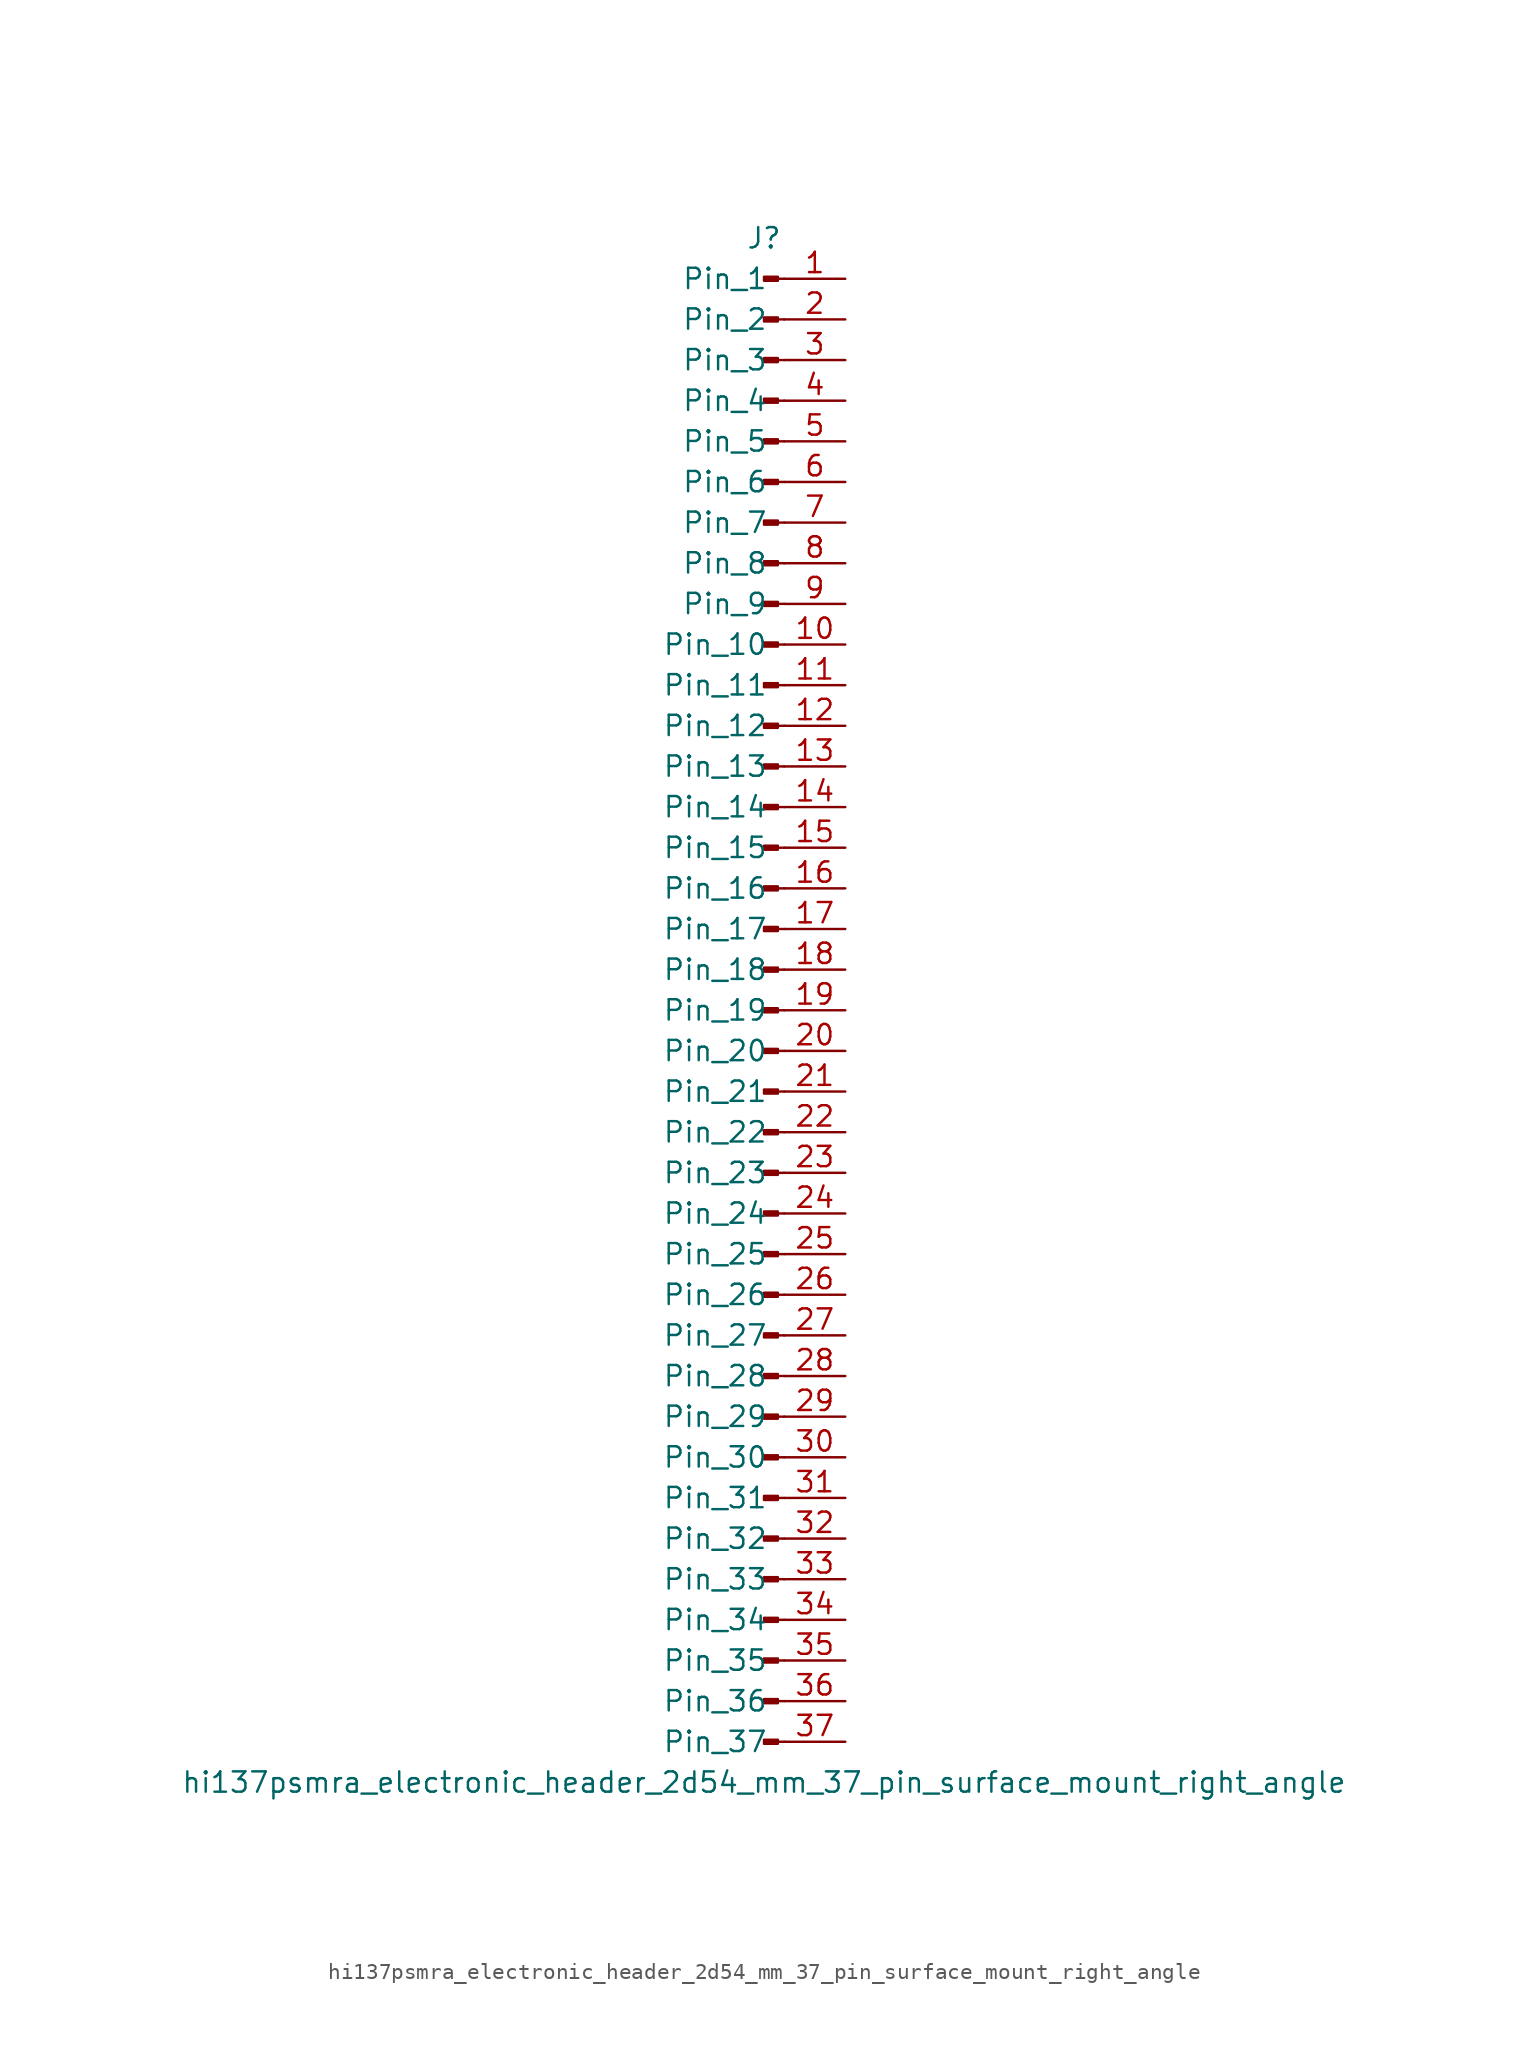
<source format=kicad_sym>
(kicad_symbol_lib
  (version 20220914)
  (generator kicad_symbol_editor)
  (symbol "hi137psmra_electronic_header_2d54_mm_37_pin_surface_mount_right_angle"
    (pin_names
      (offset 1.016))
    (property "Reference" "J"
      (at 0 48.26 0)
      (effects (font (size 1.27 1.27))))
    (property "Value" "hi137psmra_electronic_header_2d54_mm_37_pin_surface_mount_right_angle"
      (at 0 -48.26 0)
      (effects (font (size 1.27 1.27))))
    (property "ki_locked" ""
      (at 0 0 0)
      (effects (font (size 1.27 1.27))))
    (symbol "hi137psmra_electronic_header_2d54_mm_37_pin_surface_mount_right_angle_1_1"
      (polyline (pts (xy 1.27 -45.72) (xy 0.864 -45.72)) (stroke (width 0.152) (type default)) (fill (type none)))
      (polyline (pts (xy 1.27 -43.18) (xy 0.864 -43.18)) (stroke (width 0.152) (type default)) (fill (type none)))
      (polyline (pts (xy 1.27 -40.64) (xy 0.864 -40.64)) (stroke (width 0.152) (type default)) (fill (type none)))
      (polyline (pts (xy 1.27 -38.1) (xy 0.864 -38.1)) (stroke (width 0.152) (type default)) (fill (type none)))
      (polyline (pts (xy 1.27 -35.56) (xy 0.864 -35.56)) (stroke (width 0.152) (type default)) (fill (type none)))
      (polyline (pts (xy 1.27 -33.02) (xy 0.864 -33.02)) (stroke (width 0.152) (type default)) (fill (type none)))
      (polyline (pts (xy 1.27 -30.48) (xy 0.864 -30.48)) (stroke (width 0.152) (type default)) (fill (type none)))
      (polyline (pts (xy 1.27 -27.94) (xy 0.864 -27.94)) (stroke (width 0.152) (type default)) (fill (type none)))
      (polyline (pts (xy 1.27 -25.4) (xy 0.864 -25.4)) (stroke (width 0.152) (type default)) (fill (type none)))
      (polyline (pts (xy 1.27 -22.86) (xy 0.864 -22.86)) (stroke (width 0.152) (type default)) (fill (type none)))
      (polyline (pts (xy 1.27 -20.32) (xy 0.864 -20.32)) (stroke (width 0.152) (type default)) (fill (type none)))
      (polyline (pts (xy 1.27 -17.78) (xy 0.864 -17.78)) (stroke (width 0.152) (type default)) (fill (type none)))
      (polyline (pts (xy 1.27 -15.24) (xy 0.864 -15.24)) (stroke (width 0.152) (type default)) (fill (type none)))
      (polyline (pts (xy 1.27 -12.7) (xy 0.864 -12.7)) (stroke (width 0.152) (type default)) (fill (type none)))
      (polyline (pts (xy 1.27 -10.16) (xy 0.864 -10.16)) (stroke (width 0.152) (type default)) (fill (type none)))
      (polyline (pts (xy 1.27 -7.62) (xy 0.864 -7.62)) (stroke (width 0.152) (type default)) (fill (type none)))
      (polyline (pts (xy 1.27 -5.08) (xy 0.864 -5.08)) (stroke (width 0.152) (type default)) (fill (type none)))
      (polyline (pts (xy 1.27 -2.54) (xy 0.864 -2.54)) (stroke (width 0.152) (type default)) (fill (type none)))
      (polyline (pts (xy 1.27 0) (xy 0.864 0)) (stroke (width 0.152) (type default)) (fill (type none)))
      (polyline (pts (xy 1.27 2.54) (xy 0.864 2.54)) (stroke (width 0.152) (type default)) (fill (type none)))
      (polyline (pts (xy 1.27 5.08) (xy 0.864 5.08)) (stroke (width 0.152) (type default)) (fill (type none)))
      (polyline (pts (xy 1.27 7.62) (xy 0.864 7.62)) (stroke (width 0.152) (type default)) (fill (type none)))
      (polyline (pts (xy 1.27 10.16) (xy 0.864 10.16)) (stroke (width 0.152) (type default)) (fill (type none)))
      (polyline (pts (xy 1.27 12.7) (xy 0.864 12.7)) (stroke (width 0.152) (type default)) (fill (type none)))
      (polyline (pts (xy 1.27 15.24) (xy 0.864 15.24)) (stroke (width 0.152) (type default)) (fill (type none)))
      (polyline (pts (xy 1.27 17.78) (xy 0.864 17.78)) (stroke (width 0.152) (type default)) (fill (type none)))
      (polyline (pts (xy 1.27 20.32) (xy 0.864 20.32)) (stroke (width 0.152) (type default)) (fill (type none)))
      (polyline (pts (xy 1.27 22.86) (xy 0.864 22.86)) (stroke (width 0.152) (type default)) (fill (type none)))
      (polyline (pts (xy 1.27 25.4) (xy 0.864 25.4)) (stroke (width 0.152) (type default)) (fill (type none)))
      (polyline (pts (xy 1.27 27.94) (xy 0.864 27.94)) (stroke (width 0.152) (type default)) (fill (type none)))
      (polyline (pts (xy 1.27 30.48) (xy 0.864 30.48)) (stroke (width 0.152) (type default)) (fill (type none)))
      (polyline (pts (xy 1.27 33.02) (xy 0.864 33.02)) (stroke (width 0.152) (type default)) (fill (type none)))
      (polyline (pts (xy 1.27 35.56) (xy 0.864 35.56)) (stroke (width 0.152) (type default)) (fill (type none)))
      (polyline (pts (xy 1.27 38.1) (xy 0.864 38.1)) (stroke (width 0.152) (type default)) (fill (type none)))
      (polyline (pts (xy 1.27 40.64) (xy 0.864 40.64)) (stroke (width 0.152) (type default)) (fill (type none)))
      (polyline (pts (xy 1.27 43.18) (xy 0.864 43.18)) (stroke (width 0.152) (type default)) (fill (type none)))
      (polyline (pts (xy 1.27 45.72) (xy 0.864 45.72)) (stroke (width 0.152) (type default)) (fill (type none)))
      (rectangle (start 0.864 -45.593) (end 0 -45.847) (stroke (width 0.152) (type default)) (fill (type outline)))
      (rectangle (start 0.864 -43.053) (end 0 -43.307) (stroke (width 0.152) (type default)) (fill (type outline)))
      (rectangle (start 0.864 -40.513) (end 0 -40.767) (stroke (width 0.152) (type default)) (fill (type outline)))
      (rectangle (start 0.864 -37.973) (end 0 -38.227) (stroke (width 0.152) (type default)) (fill (type outline)))
      (rectangle (start 0.864 -35.433) (end 0 -35.687) (stroke (width 0.152) (type default)) (fill (type outline)))
      (rectangle (start 0.864 -32.893) (end 0 -33.147) (stroke (width 0.152) (type default)) (fill (type outline)))
      (rectangle (start 0.864 -30.353) (end 0 -30.607) (stroke (width 0.152) (type default)) (fill (type outline)))
      (rectangle (start 0.864 -27.813) (end 0 -28.067) (stroke (width 0.152) (type default)) (fill (type outline)))
      (rectangle (start 0.864 -25.273) (end 0 -25.527) (stroke (width 0.152) (type default)) (fill (type outline)))
      (rectangle (start 0.864 -22.733) (end 0 -22.987) (stroke (width 0.152) (type default)) (fill (type outline)))
      (rectangle (start 0.864 -20.193) (end 0 -20.447) (stroke (width 0.152) (type default)) (fill (type outline)))
      (rectangle (start 0.864 -17.653) (end 0 -17.907) (stroke (width 0.152) (type default)) (fill (type outline)))
      (rectangle (start 0.864 -15.113) (end 0 -15.367) (stroke (width 0.152) (type default)) (fill (type outline)))
      (rectangle (start 0.864 -12.573) (end 0 -12.827) (stroke (width 0.152) (type default)) (fill (type outline)))
      (rectangle (start 0.864 -10.033) (end 0 -10.287) (stroke (width 0.152) (type default)) (fill (type outline)))
      (rectangle (start 0.864 -7.493) (end 0 -7.747) (stroke (width 0.152) (type default)) (fill (type outline)))
      (rectangle (start 0.864 -4.953) (end 0 -5.207) (stroke (width 0.152) (type default)) (fill (type outline)))
      (rectangle (start 0.864 -2.413) (end 0 -2.667) (stroke (width 0.152) (type default)) (fill (type outline)))
      (rectangle (start 0.864 0.127) (end 0 -0.127) (stroke (width 0.152) (type default)) (fill (type outline)))
      (rectangle (start 0.864 2.667) (end 0 2.413) (stroke (width 0.152) (type default)) (fill (type outline)))
      (rectangle (start 0.864 5.207) (end 0 4.953) (stroke (width 0.152) (type default)) (fill (type outline)))
      (rectangle (start 0.864 7.747) (end 0 7.493) (stroke (width 0.152) (type default)) (fill (type outline)))
      (rectangle (start 0.864 10.287) (end 0 10.033) (stroke (width 0.152) (type default)) (fill (type outline)))
      (rectangle (start 0.864 12.827) (end 0 12.573) (stroke (width 0.152) (type default)) (fill (type outline)))
      (rectangle (start 0.864 15.367) (end 0 15.113) (stroke (width 0.152) (type default)) (fill (type outline)))
      (rectangle (start 0.864 17.907) (end 0 17.653) (stroke (width 0.152) (type default)) (fill (type outline)))
      (rectangle (start 0.864 20.447) (end 0 20.193) (stroke (width 0.152) (type default)) (fill (type outline)))
      (rectangle (start 0.864 22.987) (end 0 22.733) (stroke (width 0.152) (type default)) (fill (type outline)))
      (rectangle (start 0.864 25.527) (end 0 25.273) (stroke (width 0.152) (type default)) (fill (type outline)))
      (rectangle (start 0.864 28.067) (end 0 27.813) (stroke (width 0.152) (type default)) (fill (type outline)))
      (rectangle (start 0.864 30.607) (end 0 30.353) (stroke (width 0.152) (type default)) (fill (type outline)))
      (rectangle (start 0.864 33.147) (end 0 32.893) (stroke (width 0.152) (type default)) (fill (type outline)))
      (rectangle (start 0.864 35.687) (end 0 35.433) (stroke (width 0.152) (type default)) (fill (type outline)))
      (rectangle (start 0.864 38.227) (end 0 37.973) (stroke (width 0.152) (type default)) (fill (type outline)))
      (rectangle (start 0.864 40.767) (end 0 40.513) (stroke (width 0.152) (type default)) (fill (type outline)))
      (rectangle (start 0.864 43.307) (end 0 43.053) (stroke (width 0.152) (type default)) (fill (type outline)))
      (rectangle (start 0.864 45.847) (end 0 45.593) (stroke (width 0.152) (type default)) (fill (type outline)))
      (pin passive line (at 5.08 45.72 180) (length 3.81) (name "Pin_1" (effects (font (size 1.27 1.27)))) (number "1" (effects (font (size 1.27 1.27)))))
      (pin passive line (at 5.08 22.86 180) (length 3.81) (name "Pin_10" (effects (font (size 1.27 1.27)))) (number "10" (effects (font (size 1.27 1.27)))))
      (pin passive line (at 5.08 20.32 180) (length 3.81) (name "Pin_11" (effects (font (size 1.27 1.27)))) (number "11" (effects (font (size 1.27 1.27)))))
      (pin passive line (at 5.08 17.78 180) (length 3.81) (name "Pin_12" (effects (font (size 1.27 1.27)))) (number "12" (effects (font (size 1.27 1.27)))))
      (pin passive line (at 5.08 15.24 180) (length 3.81) (name "Pin_13" (effects (font (size 1.27 1.27)))) (number "13" (effects (font (size 1.27 1.27)))))
      (pin passive line (at 5.08 12.7 180) (length 3.81) (name "Pin_14" (effects (font (size 1.27 1.27)))) (number "14" (effects (font (size 1.27 1.27)))))
      (pin passive line (at 5.08 10.16 180) (length 3.81) (name "Pin_15" (effects (font (size 1.27 1.27)))) (number "15" (effects (font (size 1.27 1.27)))))
      (pin passive line (at 5.08 7.62 180) (length 3.81) (name "Pin_16" (effects (font (size 1.27 1.27)))) (number "16" (effects (font (size 1.27 1.27)))))
      (pin passive line (at 5.08 5.08 180) (length 3.81) (name "Pin_17" (effects (font (size 1.27 1.27)))) (number "17" (effects (font (size 1.27 1.27)))))
      (pin passive line (at 5.08 2.54 180) (length 3.81) (name "Pin_18" (effects (font (size 1.27 1.27)))) (number "18" (effects (font (size 1.27 1.27)))))
      (pin passive line (at 5.08 0 180) (length 3.81) (name "Pin_19" (effects (font (size 1.27 1.27)))) (number "19" (effects (font (size 1.27 1.27)))))
      (pin passive line (at 5.08 43.18 180) (length 3.81) (name "Pin_2" (effects (font (size 1.27 1.27)))) (number "2" (effects (font (size 1.27 1.27)))))
      (pin passive line (at 5.08 -2.54 180) (length 3.81) (name "Pin_20" (effects (font (size 1.27 1.27)))) (number "20" (effects (font (size 1.27 1.27)))))
      (pin passive line (at 5.08 -5.08 180) (length 3.81) (name "Pin_21" (effects (font (size 1.27 1.27)))) (number "21" (effects (font (size 1.27 1.27)))))
      (pin passive line (at 5.08 -7.62 180) (length 3.81) (name "Pin_22" (effects (font (size 1.27 1.27)))) (number "22" (effects (font (size 1.27 1.27)))))
      (pin passive line (at 5.08 -10.16 180) (length 3.81) (name "Pin_23" (effects (font (size 1.27 1.27)))) (number "23" (effects (font (size 1.27 1.27)))))
      (pin passive line (at 5.08 -12.7 180) (length 3.81) (name "Pin_24" (effects (font (size 1.27 1.27)))) (number "24" (effects (font (size 1.27 1.27)))))
      (pin passive line (at 5.08 -15.24 180) (length 3.81) (name "Pin_25" (effects (font (size 1.27 1.27)))) (number "25" (effects (font (size 1.27 1.27)))))
      (pin passive line (at 5.08 -17.78 180) (length 3.81) (name "Pin_26" (effects (font (size 1.27 1.27)))) (number "26" (effects (font (size 1.27 1.27)))))
      (pin passive line (at 5.08 -20.32 180) (length 3.81) (name "Pin_27" (effects (font (size 1.27 1.27)))) (number "27" (effects (font (size 1.27 1.27)))))
      (pin passive line (at 5.08 -22.86 180) (length 3.81) (name "Pin_28" (effects (font (size 1.27 1.27)))) (number "28" (effects (font (size 1.27 1.27)))))
      (pin passive line (at 5.08 -25.4 180) (length 3.81) (name "Pin_29" (effects (font (size 1.27 1.27)))) (number "29" (effects (font (size 1.27 1.27)))))
      (pin passive line (at 5.08 40.64 180) (length 3.81) (name "Pin_3" (effects (font (size 1.27 1.27)))) (number "3" (effects (font (size 1.27 1.27)))))
      (pin passive line (at 5.08 -27.94 180) (length 3.81) (name "Pin_30" (effects (font (size 1.27 1.27)))) (number "30" (effects (font (size 1.27 1.27)))))
      (pin passive line (at 5.08 -30.48 180) (length 3.81) (name "Pin_31" (effects (font (size 1.27 1.27)))) (number "31" (effects (font (size 1.27 1.27)))))
      (pin passive line (at 5.08 -33.02 180) (length 3.81) (name "Pin_32" (effects (font (size 1.27 1.27)))) (number "32" (effects (font (size 1.27 1.27)))))
      (pin passive line (at 5.08 -35.56 180) (length 3.81) (name "Pin_33" (effects (font (size 1.27 1.27)))) (number "33" (effects (font (size 1.27 1.27)))))
      (pin passive line (at 5.08 -38.1 180) (length 3.81) (name "Pin_34" (effects (font (size 1.27 1.27)))) (number "34" (effects (font (size 1.27 1.27)))))
      (pin passive line (at 5.08 -40.64 180) (length 3.81) (name "Pin_35" (effects (font (size 1.27 1.27)))) (number "35" (effects (font (size 1.27 1.27)))))
      (pin passive line (at 5.08 -43.18 180) (length 3.81) (name "Pin_36" (effects (font (size 1.27 1.27)))) (number "36" (effects (font (size 1.27 1.27)))))
      (pin passive line (at 5.08 -45.72 180) (length 3.81) (name "Pin_37" (effects (font (size 1.27 1.27)))) (number "37" (effects (font (size 1.27 1.27)))))
      (pin passive line (at 5.08 38.1 180) (length 3.81) (name "Pin_4" (effects (font (size 1.27 1.27)))) (number "4" (effects (font (size 1.27 1.27)))))
      (pin passive line (at 5.08 35.56 180) (length 3.81) (name "Pin_5" (effects (font (size 1.27 1.27)))) (number "5" (effects (font (size 1.27 1.27)))))
      (pin passive line (at 5.08 33.02 180) (length 3.81) (name "Pin_6" (effects (font (size 1.27 1.27)))) (number "6" (effects (font (size 1.27 1.27)))))
      (pin passive line (at 5.08 30.48 180) (length 3.81) (name "Pin_7" (effects (font (size 1.27 1.27)))) (number "7" (effects (font (size 1.27 1.27)))))
      (pin passive line (at 5.08 27.94 180) (length 3.81) (name "Pin_8" (effects (font (size 1.27 1.27)))) (number "8" (effects (font (size 1.27 1.27)))))
      (pin passive line (at 5.08 25.4 180) (length 3.81) (name "Pin_9" (effects (font (size 1.27 1.27)))) (number "9" (effects (font (size 1.27 1.27))))))))
</source>
